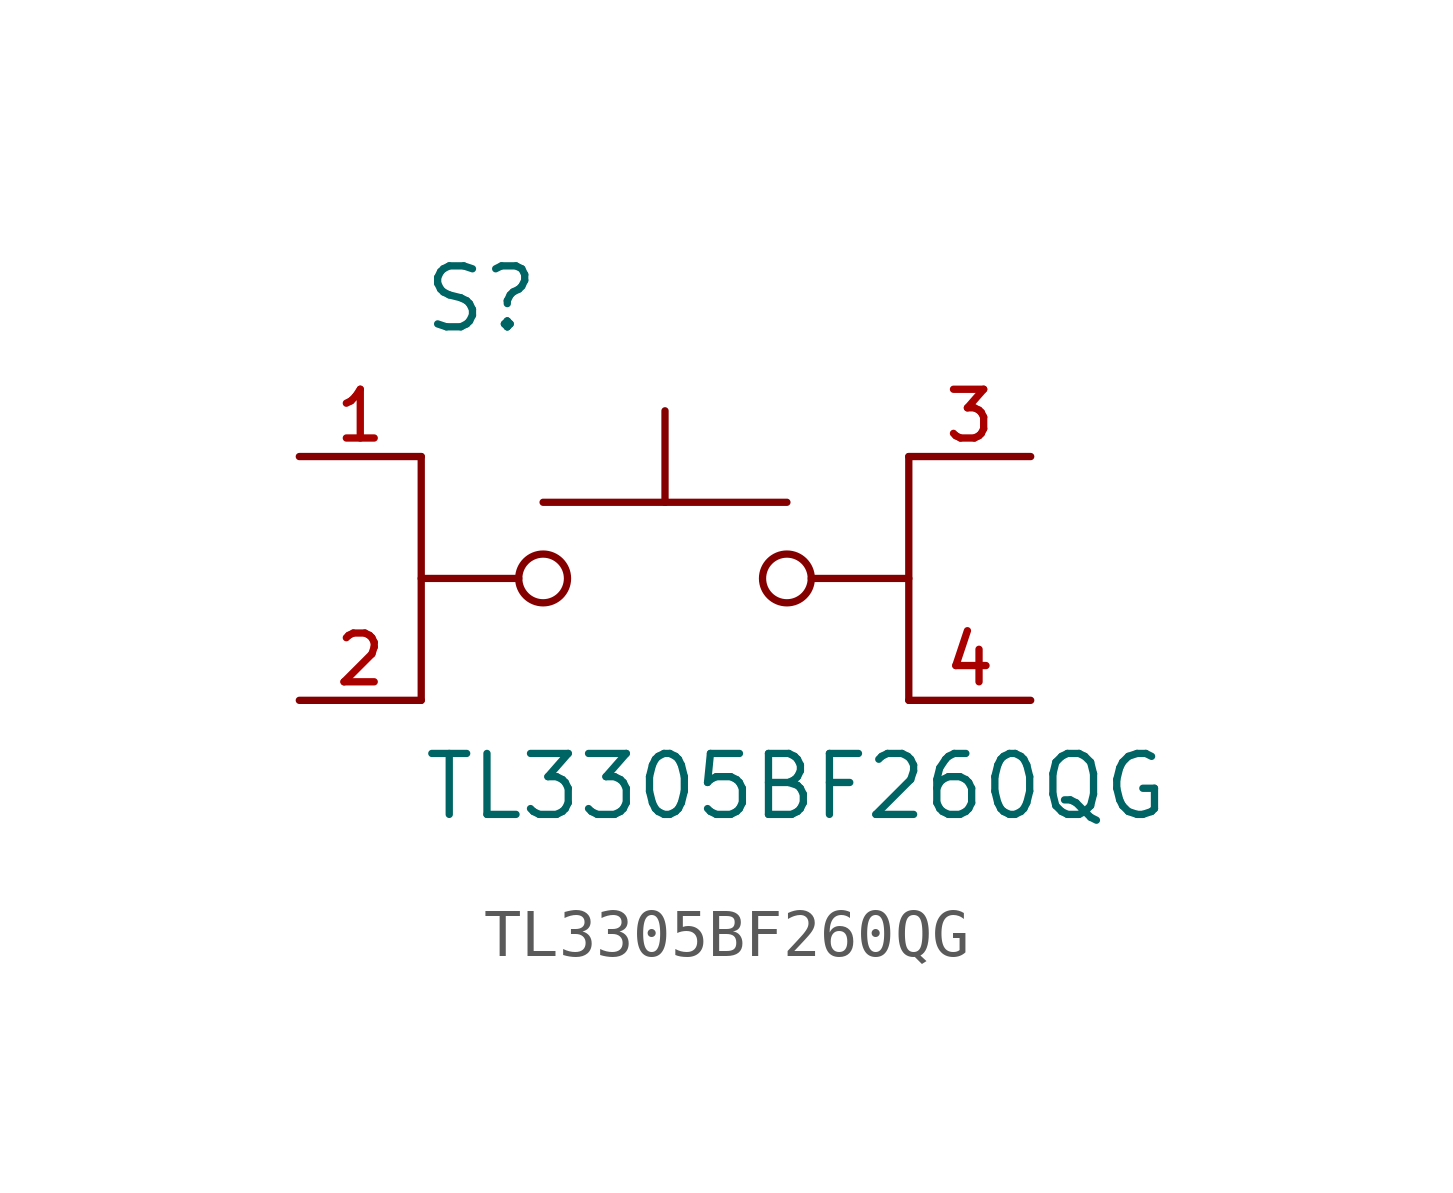
<source format=kicad_sym>
(kicad_symbol_lib
  (version 20211014)
  (generator kicad_symbol_editor)
  (symbol "TL3305BF260QG"
    (pin_names
      (offset 1.016))
    (property "Reference" "S"
      (at -5.08 5.08 0)
      (effects (font (size 1.27 1.27)) (justify bottom left)))
    (property "Value" "TL3305BF260QG"
      (at -5.08 -5.08 0)
      (effects (font (size 1.27 1.27)) (justify bottom left)))
    (symbol "TL3305BF260QG_0_0"
      (circle (center 2.54 0.0) (radius 0.508) (stroke (width 0.152)) (fill (type none)))
      (polyline (pts (xy 5.08 0.0) (xy 3.048 0.0)) (stroke (width 0.152)))
      (polyline (pts (xy -5.08 0.0) (xy -3.048 0.0)) (stroke (width 0.152)))
      (circle (center -2.54 0.0) (radius 0.508) (stroke (width 0.152)) (fill (type none)))
      (polyline (pts (xy -2.54 1.587) (xy 0.0 1.587)) (stroke (width 0.152)))
      (polyline (pts (xy 0.0 1.587) (xy 2.54 1.587)) (stroke (width 0.152)))
      (polyline (pts (xy 0.0 1.587) (xy 0.0 3.493)) (stroke (width 0.152)))
      (polyline (pts (xy -5.08 2.54) (xy -5.08 -2.54)) (stroke (width 0.152)))
      (polyline (pts (xy 5.08 2.54) (xy 5.08 -2.54)) (stroke (width 0.152)))
      (pin passive line (at -7.62 2.54 0) (length 2.54) (name "~" (effects (font (size 1.016 1.016)))) (number "1" (effects (font (size 1.016 1.016)))))
      (pin passive line (at -7.62 -2.54 0) (length 2.54) (name "~" (effects (font (size 1.016 1.016)))) (number "2" (effects (font (size 1.016 1.016)))))
      (pin passive line (at 7.62 2.54 180.0) (length 2.54) (name "~" (effects (font (size 1.016 1.016)))) (number "3" (effects (font (size 1.016 1.016)))))
      (pin passive line (at 7.62 -2.54 180.0) (length 2.54) (name "~" (effects (font (size 1.016 1.016)))) (number "4" (effects (font (size 1.016 1.016))))))))
</source>
